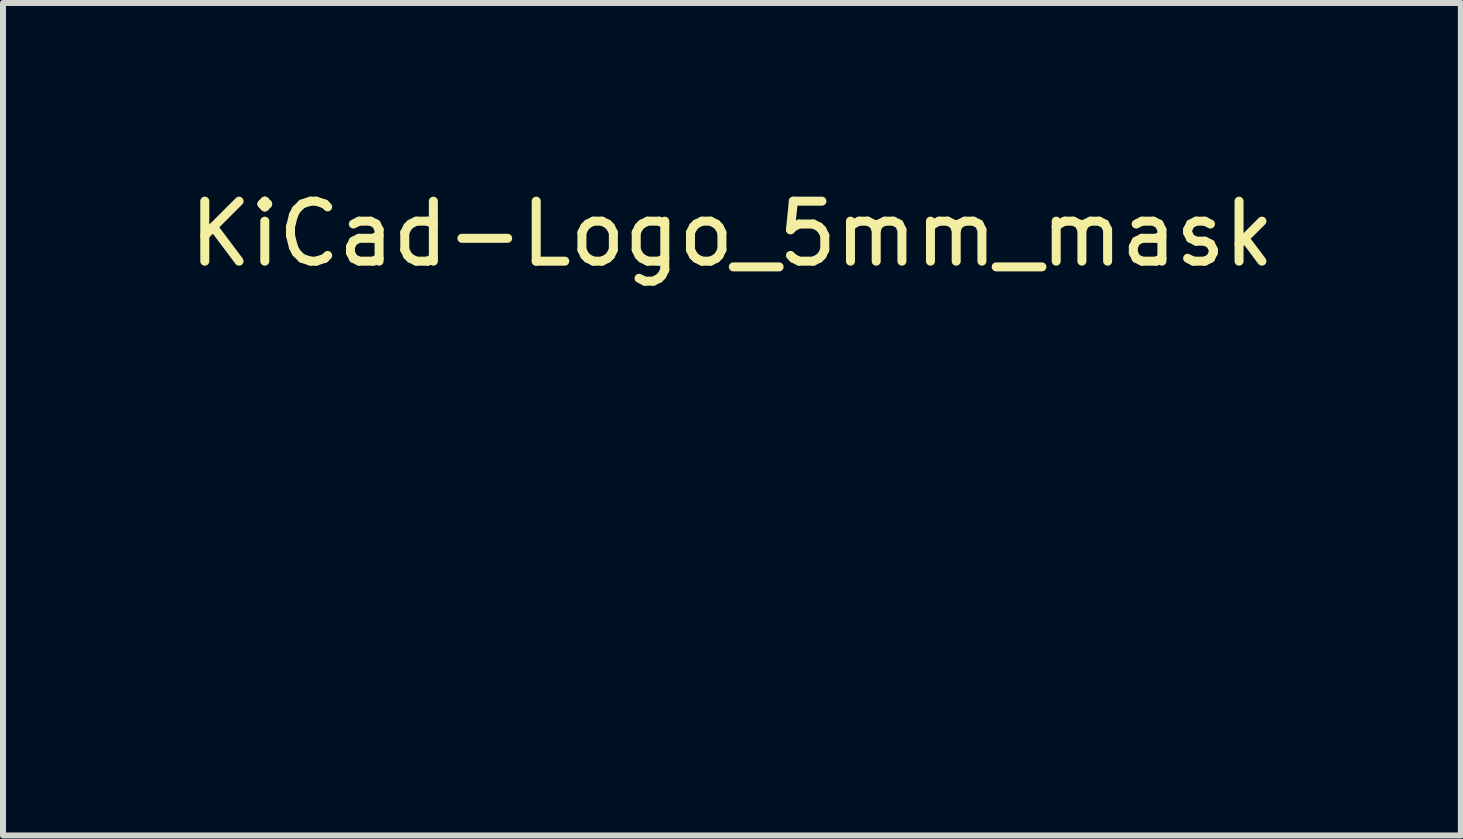
<source format=kicad_pcb>
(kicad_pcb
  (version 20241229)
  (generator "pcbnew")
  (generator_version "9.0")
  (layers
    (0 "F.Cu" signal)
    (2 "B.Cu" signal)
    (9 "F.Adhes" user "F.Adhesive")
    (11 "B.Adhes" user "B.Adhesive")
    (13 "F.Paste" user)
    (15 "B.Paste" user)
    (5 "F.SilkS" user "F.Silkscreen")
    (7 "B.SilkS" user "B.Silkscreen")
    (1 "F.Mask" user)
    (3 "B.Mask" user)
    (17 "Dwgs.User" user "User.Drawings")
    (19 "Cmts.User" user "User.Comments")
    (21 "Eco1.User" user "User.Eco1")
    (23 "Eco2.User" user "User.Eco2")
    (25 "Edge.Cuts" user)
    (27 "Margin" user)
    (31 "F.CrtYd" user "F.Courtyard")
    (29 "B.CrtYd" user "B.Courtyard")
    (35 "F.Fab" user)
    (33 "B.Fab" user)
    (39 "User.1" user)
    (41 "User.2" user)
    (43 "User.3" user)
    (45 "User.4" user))
  (footprint "KiCad-Logo_5mm_mask"
    (layer "F.Cu")
    (at 9.149 5.928)
    (property "Reference" "KiCad-Logo_5mm_mask" (at 0 -5.08 0) (layer "F.SilkS") (effects (font (size 1 1) (thickness 0.15))))
    (attr exclude_from_pos_files exclude_from_bom)
    (fp_poly (pts (xy -2.273 -2.973) (xy -2.177 -2.949) (xy -2.09 -2.906) (xy -2.015 -2.847) (xy -1.954 -2.772) (xy -1.909 -2.683) (xy -1.883 -2.586) (xy -1.877 -2.489) (xy -1.892 -2.395) (xy -1.926 -2.307) (xy -1.977 -2.228) (xy -2.042 -2.16) (xy -2.121 -2.106) (xy -2.212 -2.068) (xy -2.263 -2.056) (xy -2.308 -2.048) (xy -2.342 -2.045) (xy -2.375 -2.047) (xy -2.415 -2.054) (xy -2.449 -2.061) (xy -2.542 -2.092) (xy -2.626 -2.143) (xy -2.698 -2.213) (xy -2.756 -2.298) (xy -2.77 -2.326) (xy -2.787 -2.362) (xy -2.797 -2.392) (xy -2.802 -2.425) (xy -2.805 -2.466) (xy -2.805 -2.512) (xy -2.801 -2.596) (xy -2.787 -2.665) (xy -2.762 -2.726) (xy -2.723 -2.784) (xy -2.684 -2.829) (xy -2.612 -2.895) (xy -2.537 -2.94) (xy -2.455 -2.967) (xy -2.377 -2.977) (xy -2.273 -2.973)) (stroke (width 0.01) (type solid)) (fill yes) (layer "F.Mask"))
    (fp_poly (pts (xy 0.328 -2.051) (xy 0.489 -2.03) (xy 0.653 -1.99) (xy 0.822 -1.93) (xy 1 -1.851) (xy 1.011 -1.845) (xy 1.069 -1.817) (xy 1.121 -1.793) (xy 1.162 -1.775) (xy 1.19 -1.764) (xy 1.2 -1.761) (xy 1.219 -1.756) (xy 1.224 -1.752) (xy 1.218 -1.741) (xy 1.202 -1.715) (xy 1.177 -1.676) (xy 1.145 -1.626) (xy 1.107 -1.569) (xy 1.066 -1.507) (xy 1.023 -1.442) (xy 0.98 -1.379) (xy 0.939 -1.319) (xy 0.902 -1.265) (xy 0.871 -1.22) (xy 0.847 -1.186) (xy 0.832 -1.167) (xy 0.83 -1.165) (xy 0.82 -1.17) (xy 0.798 -1.187) (xy 0.767 -1.214) (xy 0.752 -1.228) (xy 0.655 -1.303) (xy 0.548 -1.359) (xy 0.433 -1.394) (xy 0.31 -1.408) (xy 0.241 -1.407) (xy 0.119 -1.39) (xy 0.01 -1.354) (xy -0.087 -1.299) (xy -0.174 -1.225) (xy -0.249 -1.131) (xy -0.314 -1.018) (xy -0.351 -0.931) (xy -0.395 -0.796) (xy -0.428 -0.648) (xy -0.448 -0.493) (xy -0.458 -0.333) (xy -0.456 -0.173) (xy -0.443 -0.016) (xy -0.419 0.133) (xy -0.384 0.271) (xy -0.338 0.395) (xy -0.322 0.429) (xy -0.253 0.543) (xy -0.173 0.64) (xy -0.081 0.718) (xy 0.02 0.777) (xy 0.13 0.816) (xy 0.247 0.834) (xy 0.289 0.835) (xy 0.41 0.824) (xy 0.531 0.791) (xy 0.649 0.737) (xy 0.762 0.663) (xy 0.854 0.585) (xy 0.9 0.54) (xy 1.081 0.837) (xy 1.127 0.911) (xy 1.168 0.98) (xy 1.204 1.039) (xy 1.233 1.088) (xy 1.254 1.124) (xy 1.265 1.144) (xy 1.266 1.147) (xy 1.258 1.157) (xy 1.233 1.174) (xy 1.193 1.197) (xy 1.142 1.225) (xy 1.084 1.255) (xy 1.021 1.287) (xy 0.958 1.318) (xy 0.896 1.346) (xy 0.839 1.371) (xy 0.791 1.391) (xy 0.768 1.399) (xy 0.634 1.437) (xy 0.496 1.462) (xy 0.349 1.475) (xy 0.222 1.477) (xy 0.154 1.476) (xy 0.088 1.474) (xy 0.031 1.471) (xy -0.013 1.468) (xy -0.027 1.466) (xy -0.166 1.438) (xy -0.307 1.392) (xy -0.445 1.334) (xy -0.572 1.264) (xy -0.649 1.211) (xy -0.777 1.103) (xy -0.895 0.977) (xy -1.002 0.835) (xy -1.095 0.681) (xy -1.173 0.518) (xy -1.217 0.401) (xy -1.267 0.217) (xy -1.301 0.023) (xy -1.318 -0.179) (xy -1.318 -0.382) (xy -1.301 -0.584) (xy -1.268 -0.781) (xy -1.217 -0.967) (xy -1.214 -0.978) (xy -1.151 -1.14) (xy -1.074 -1.288) (xy -0.981 -1.426) (xy -0.868 -1.558) (xy -0.825 -1.604) (xy -0.688 -1.728) (xy -0.549 -1.83) (xy -0.403 -1.912) (xy -0.249 -1.975) (xy -0.084 -2.02) (xy 0.011 -2.038) (xy 0.17 -2.054) (xy 0.328 -2.051)) (stroke (width 0.01) (type solid)) (fill yes) (layer "F.Mask"))
    (fp_poly (pts (xy 6.187 -0.528) (xy 6.187 -0.293) (xy 6.187 -0.08) (xy 6.187 0.112) (xy 6.187 0.285) (xy 6.187 0.441) (xy 6.188 0.579) (xy 6.188 0.701) (xy 6.189 0.808) (xy 6.19 0.901) (xy 6.192 0.982) (xy 6.194 1.051) (xy 6.196 1.11) (xy 6.198 1.159) (xy 6.202 1.2) (xy 6.205 1.234) (xy 6.21 1.262) (xy 6.214 1.285) (xy 6.22 1.304) (xy 6.226 1.321) (xy 6.233 1.335) (xy 6.24 1.349) (xy 6.249 1.364) (xy 6.254 1.373) (xy 6.288 1.434) (xy 5.43 1.434) (xy 5.43 1.338) (xy 5.429 1.294) (xy 5.427 1.261) (xy 5.424 1.243) (xy 5.423 1.242) (xy 5.412 1.249) (xy 5.389 1.267) (xy 5.366 1.286) (xy 5.312 1.327) (xy 5.242 1.368) (xy 5.165 1.405) (xy 5.088 1.435) (xy 5.057 1.445) (xy 4.989 1.46) (xy 4.906 1.47) (xy 4.816 1.475) (xy 4.728 1.474) (xy 4.649 1.469) (xy 4.612 1.463) (xy 4.473 1.425) (xy 4.346 1.367) (xy 4.23 1.29) (xy 4.127 1.195) (xy 4.036 1.081) (xy 3.969 0.97) (xy 3.914 0.854) (xy 3.872 0.734) (xy 3.842 0.608) (xy 3.823 0.472) (xy 3.815 0.32) (xy 3.814 0.243) (xy 3.816 0.186) (xy 4.645 0.186) (xy 4.645 0.279) (xy 4.648 0.367) (xy 4.654 0.444) (xy 4.662 0.505) (xy 4.665 0.517) (xy 4.697 0.625) (xy 4.738 0.712) (xy 4.79 0.779) (xy 4.853 0.826) (xy 4.926 0.853) (xy 5.011 0.862) (xy 5.107 0.851) (xy 5.17 0.835) (xy 5.219 0.817) (xy 5.274 0.791) (xy 5.314 0.767) (xy 5.385 0.721) (xy 5.385 -0.429) (xy 5.317 -0.473) (xy 5.239 -0.514) (xy 5.155 -0.541) (xy 5.07 -0.553) (xy 4.988 -0.549) (xy 4.915 -0.53) (xy 4.883 -0.515) (xy 4.826 -0.472) (xy 4.777 -0.415) (xy 4.735 -0.342) (xy 4.701 -0.252) (xy 4.672 -0.141) (xy 4.671 -0.135) (xy 4.66 -0.073) (xy 4.653 0.005) (xy 4.648 0.093) (xy 4.645 0.186) (xy 3.816 0.186) (xy 3.822 0.03) (xy 3.844 -0.166) (xy 3.88 -0.345) (xy 3.93 -0.506) (xy 3.994 -0.65) (xy 4.071 -0.777) (xy 4.163 -0.886) (xy 4.268 -0.977) (xy 4.314 -1.008) (xy 4.415 -1.064) (xy 4.518 -1.104) (xy 4.628 -1.128) (xy 4.749 -1.138) (xy 4.842 -1.137) (xy 4.971 -1.126) (xy 5.084 -1.104) (xy 5.183 -1.07) (xy 5.271 -1.024) (xy 5.32 -0.99) (xy 5.349 -0.968) (xy 5.371 -0.953) (xy 5.379 -0.948) (xy 5.381 -0.959) (xy 5.382 -0.99) (xy 5.383 -1.037) (xy 5.384 -1.1) (xy 5.384 -1.173) (xy 5.384 -1.256) (xy 5.384 -1.344) (xy 5.384 -1.436) (xy 5.383 -1.528) (xy 5.382 -1.618) (xy 5.381 -1.704) (xy 5.38 -1.781) (xy 5.379 -1.848) (xy 5.377 -1.902) (xy 5.375 -1.94) (xy 5.375 -1.947) (xy 5.367 -2.018) (xy 5.356 -2.073) (xy 5.338 -2.12) (xy 5.312 -2.166) (xy 5.305 -2.176) (xy 5.281 -2.213) (xy 6.186 -2.213) (xy 6.187 -0.528)) (stroke (width 0.01) (type solid)) (fill yes) (layer "F.Mask"))
    (fp_poly (pts (xy 2.674 -1.133) (xy 2.825 -1.113) (xy 2.961 -1.08) (xy 3.08 -1.032) (xy 3.185 -0.971) (xy 3.262 -0.907) (xy 3.331 -0.833) (xy 3.385 -0.753) (xy 3.428 -0.661) (xy 3.443 -0.618) (xy 3.456 -0.579) (xy 3.467 -0.543) (xy 3.477 -0.508) (xy 3.485 -0.472) (xy 3.492 -0.433) (xy 3.498 -0.39) (xy 3.503 -0.34) (xy 3.507 -0.283) (xy 3.51 -0.215) (xy 3.513 -0.136) (xy 3.515 -0.043) (xy 3.517 0.066) (xy 3.518 0.192) (xy 3.52 0.337) (xy 3.521 0.48) (xy 3.522 0.636) (xy 3.524 0.771) (xy 3.525 0.887) (xy 3.526 0.986) (xy 3.528 1.068) (xy 3.53 1.136) (xy 3.532 1.192) (xy 3.535 1.236) (xy 3.539 1.271) (xy 3.544 1.299) (xy 3.55 1.321) (xy 3.557 1.338) (xy 3.565 1.352) (xy 3.574 1.366) (xy 3.585 1.38) (xy 3.59 1.385) (xy 3.605 1.408) (xy 3.612 1.423) (xy 3.612 1.424) (xy 3.602 1.426) (xy 3.571 1.428) (xy 3.522 1.43) (xy 3.458 1.431) (xy 3.382 1.433) (xy 3.295 1.433) (xy 3.2 1.434) (xy 3.19 1.434) (xy 2.767 1.434) (xy 2.763 1.338) (xy 2.76 1.242) (xy 2.698 1.293) (xy 2.601 1.36) (xy 2.491 1.415) (xy 2.404 1.445) (xy 2.335 1.46) (xy 2.252 1.47) (xy 2.162 1.475) (xy 2.074 1.474) (xy 1.995 1.468) (xy 1.959 1.463) (xy 1.819 1.425) (xy 1.692 1.37) (xy 1.58 1.299) (xy 1.484 1.213) (xy 1.404 1.112) (xy 1.341 0.997) (xy 1.296 0.871) (xy 1.284 0.814) (xy 1.276 0.752) (xy 1.273 0.677) (xy 1.272 0.643) (xy 1.272 0.64) (xy 2.032 0.64) (xy 2.042 0.715) (xy 2.07 0.779) (xy 2.118 0.835) (xy 2.123 0.839) (xy 2.172 0.874) (xy 2.223 0.897) (xy 2.284 0.909) (xy 2.359 0.911) (xy 2.377 0.911) (xy 2.431 0.908) (xy 2.471 0.903) (xy 2.506 0.893) (xy 2.545 0.876) (xy 2.556 0.871) (xy 2.616 0.835) (xy 2.663 0.792) (xy 2.676 0.777) (xy 2.721 0.72) (xy 2.721 0.525) (xy 2.72 0.446) (xy 2.718 0.388) (xy 2.715 0.349) (xy 2.711 0.327) (xy 2.707 0.32) (xy 2.691 0.317) (xy 2.657 0.314) (xy 2.61 0.313) (xy 2.555 0.312) (xy 2.546 0.312) (xy 2.425 0.317) (xy 2.323 0.333) (xy 2.236 0.361) (xy 2.164 0.401) (xy 2.109 0.448) (xy 2.064 0.506) (xy 2.039 0.569) (xy 2.032 0.64) (xy 1.272 0.64) (xy 1.274 0.55) (xy 1.283 0.471) (xy 1.299 0.4) (xy 1.324 0.329) (xy 1.348 0.276) (xy 1.407 0.181) (xy 1.485 0.093) (xy 1.58 0.014) (xy 1.69 -0.055) (xy 1.813 -0.111) (xy 1.945 -0.154) (xy 2.009 -0.169) (xy 2.146 -0.191) (xy 2.294 -0.206) (xy 2.446 -0.212) (xy 2.572 -0.211) (xy 2.734 -0.204) (xy 2.727 -0.263) (xy 2.707 -0.362) (xy 2.676 -0.443) (xy 2.632 -0.506) (xy 2.575 -0.551) (xy 2.503 -0.58) (xy 2.416 -0.594) (xy 2.313 -0.591) (xy 2.275 -0.587) (xy 2.134 -0.562) (xy 1.997 -0.521) (xy 1.902 -0.483) (xy 1.857 -0.464) (xy 1.819 -0.448) (xy 1.792 -0.439) (xy 1.785 -0.437) (xy 1.775 -0.446) (xy 1.758 -0.475) (xy 1.734 -0.524) (xy 1.703 -0.594) (xy 1.665 -0.684) (xy 1.658 -0.7) (xy 1.628 -0.772) (xy 1.601 -0.838) (xy 1.578 -0.893) (xy 1.561 -0.936) (xy 1.55 -0.963) (xy 1.547 -0.972) (xy 1.557 -0.977) (xy 1.583 -0.982) (xy 1.611 -0.986) (xy 1.642 -0.991) (xy 1.689 -1) (xy 1.751 -1.013) (xy 1.821 -1.029) (xy 1.896 -1.047) (xy 1.925 -1.054) (xy 2.03 -1.08) (xy 2.117 -1.1) (xy 2.192 -1.115) (xy 2.258 -1.126) (xy 2.319 -1.133) (xy 2.381 -1.138) (xy 2.446 -1.14) (xy 2.504 -1.14) (xy 2.674 -1.133)) (stroke (width 0.01) (type solid)) (fill yes) (layer "F.Mask"))
    (fp_poly (pts (xy -2.946 -2.511) (xy -2.936 -2.397) (xy -2.904 -2.289) (xy -2.853 -2.19) (xy -2.784 -2.102) (xy -2.699 -2.027) (xy -2.602 -1.97) (xy -2.496 -1.93) (xy -2.389 -1.911) (xy -2.283 -1.913) (xy -2.181 -1.932) (xy -2.085 -1.969) (xy -1.996 -2.021) (xy -1.917 -2.087) (xy -1.849 -2.167) (xy -1.796 -2.258) (xy -1.759 -2.359) (xy -1.74 -2.47) (xy -1.738 -2.52) (xy -1.738 -2.608) (xy -1.687 -2.608) (xy -1.65 -2.605) (xy -1.623 -2.593) (xy -1.596 -2.569) (xy -1.558 -2.531) (xy -1.558 -0.339) (xy -1.558 -0.077) (xy -1.558 0.163) (xy -1.558 0.383) (xy -1.558 0.583) (xy -1.558 0.764) (xy -1.558 0.928) (xy -1.559 1.074) (xy -1.559 1.205) (xy -1.559 1.32) (xy -1.56 1.421) (xy -1.561 1.509) (xy -1.561 1.585) (xy -1.562 1.65) (xy -1.563 1.704) (xy -1.564 1.749) (xy -1.565 1.786) (xy -1.567 1.815) (xy -1.568 1.837) (xy -1.57 1.854) (xy -1.572 1.866) (xy -1.574 1.874) (xy -1.576 1.88) (xy -1.577 1.882) (xy -1.581 1.889) (xy -1.585 1.895) (xy -1.589 1.901) (xy -1.594 1.906) (xy -1.601 1.911) (xy -1.611 1.916) (xy -1.625 1.92) (xy -1.645 1.923) (xy -1.669 1.926) (xy -1.701 1.929) (xy -1.741 1.931) (xy -1.789 1.934) (xy -1.846 1.935) (xy -1.914 1.937) (xy -1.994 1.938) (xy -2.085 1.939) (xy -2.19 1.94) (xy -2.309 1.94) (xy -2.443 1.941) (xy -2.593 1.941) (xy -2.76 1.941) (xy -2.945 1.942) (xy -3.149 1.942) (xy -3.372 1.942) (xy -3.616 1.941) (xy -3.881 1.941) (xy -3.92 1.941) (xy -4.187 1.941) (xy -4.432 1.941) (xy -4.657 1.941) (xy -4.861 1.941) (xy -5.047 1.941) (xy -5.215 1.941) (xy -5.366 1.94) (xy -5.501 1.94) (xy -5.62 1.939) (xy -5.725 1.939) (xy -5.817 1.938) (xy -5.896 1.938) (xy -5.964 1.937) (xy -6.021 1.936) (xy -6.069 1.935) (xy -6.107 1.933) (xy -6.138 1.932) (xy -6.162 1.931) (xy -6.18 1.929) (xy -6.192 1.927) (xy -6.201 1.925) (xy -6.205 1.923) (xy -6.214 1.92) (xy -6.221 1.917) (xy -6.229 1.915) (xy -6.235 1.911) (xy -6.241 1.906) (xy -6.246 1.897) (xy -6.251 1.885) (xy -6.255 1.869) (xy -6.259 1.846) (xy -6.262 1.818) (xy -6.265 1.781) (xy -6.268 1.737) (xy -6.27 1.683) (xy -6.271 1.618) (xy -6.273 1.543) (xy -6.274 1.455) (xy -6.275 1.354) (xy -6.276 1.239) (xy -6.276 1.11) (xy -6.276 0.964) (xy -6.277 0.802) (xy -6.277 0.621) (xy -6.277 0.422) (xy -6.277 0.204) (xy -6.277 -0.035) (xy -6.277 -0.296) (xy -6.277 -0.338) (xy -6.277 -0.601) (xy -6.277 -0.842) (xy -6.277 -1.063) (xy -6.277 -1.264) (xy -6.277 -1.446) (xy -6.276 -1.61) (xy -6.276 -1.757) (xy -6.276 -1.888) (xy -6.275 -1.998) (xy -5.972 -1.998) (xy -5.932 -1.94) (xy -5.921 -1.925) (xy -5.911 -1.911) (xy -5.902 -1.897) (xy -5.894 -1.883) (xy -5.887 -1.868) (xy -5.881 -1.849) (xy -5.875 -1.826) (xy -5.871 -1.798) (xy -5.867 -1.764) (xy -5.863 -1.722) (xy -5.861 -1.67) (xy -5.858 -1.609) (xy -5.857 -1.537) (xy -5.855 -1.452) (xy -5.855 -1.354) (xy -5.854 -1.24) (xy -5.853 -1.111) (xy -5.853 -0.965) (xy -5.853 -0.8) (xy -5.853 -0.616) (xy -5.853 -0.41) (xy -5.853 -0.288) (xy -5.853 -0.071) (xy -5.853 0.125) (xy -5.853 0.3) (xy -5.853 0.456) (xy -5.854 0.595) (xy -5.854 0.717) (xy -5.855 0.823) (xy -5.856 0.915) (xy -5.857 0.994) (xy -5.859 1.062) (xy -5.862 1.118) (xy -5.865 1.165) (xy -5.868 1.204) (xy -5.872 1.235) (xy -5.877 1.261) (xy -5.883 1.282) (xy -5.89 1.299) (xy -5.897 1.314) (xy -5.906 1.327) (xy -5.915 1.341) (xy -5.925 1.356) (xy -5.932 1.365) (xy -5.97 1.422) (xy -5.439 1.422) (xy -5.315 1.422) (xy -5.213 1.422) (xy -5.129 1.422) (xy -5.063 1.421) (xy -5.012 1.42) (xy -4.974 1.419) (xy -4.948 1.417) (xy -4.932 1.415) (xy -4.923 1.412) (xy -4.921 1.408) (xy -4.923 1.404) (xy -4.925 1.403) (xy -4.95 1.366) (xy -4.976 1.313) (xy -4.999 1.251) (xy -5.007 1.224) (xy -5.012 1.206) (xy -5.016 1.185) (xy -5.019 1.159) (xy -5.022 1.126) (xy -5.024 1.083) (xy -5.026 1.028) (xy -5.028 0.96) (xy -5.029 0.877) (xy -5.03 0.775) (xy -5.031 0.654) (xy -5.032 0.61) (xy -5.033 0.484) (xy -5.033 0.38) (xy -5.034 0.295) (xy -5.034 0.227) (xy -5.034 0.174) (xy -5.033 0.135) (xy -5.031 0.107) (xy -5.029 0.09) (xy -5.027 0.081) (xy -5.023 0.078) (xy -5.019 0.08) (xy -5.015 0.085) (xy -5.004 0.098) (xy -4.982 0.127) (xy -4.95 0.17) (xy -4.909 0.225) (xy -4.861 0.289) (xy -4.808 0.362) (xy -4.751 0.44) (xy -4.691 0.521) (xy -4.631 0.603) (xy -4.572 0.685) (xy -4.514 0.763) (xy -4.461 0.836) (xy -4.413 0.902) (xy -4.373 0.959) (xy -4.341 1.004) (xy -4.318 1.035) (xy -4.314 1.041) (xy -4.291 1.078) (xy -4.264 1.126) (xy -4.239 1.176) (xy -4.236 1.183) (xy -4.214 1.231) (xy -4.201 1.268) (xy -4.196 1.304) (xy -4.194 1.346) (xy -4.195 1.422) (xy -3.041 1.422) (xy -3.132 1.329) (xy -3.179 1.279) (xy -3.229 1.222) (xy -3.275 1.168) (xy -3.295 1.143) (xy -3.326 1.103) (xy -3.366 1.05) (xy -3.414 0.985) (xy -3.47 0.909) (xy -3.532 0.825) (xy -3.599 0.733) (xy -3.669 0.636) (xy -3.743 0.535) (xy -3.817 0.432) (xy -3.892 0.328) (xy -3.966 0.225) (xy -4.038 0.125) (xy -4.106 0.029) (xy -4.17 -0.061) (xy -4.229 -0.144) (xy -4.28 -0.218) (xy -4.324 -0.28) (xy -4.359 -0.33) (xy -4.383 -0.367) (xy -4.396 -0.387) (xy -4.398 -0.391) (xy -4.39 -0.403) (xy -4.369 -0.43) (xy -4.337 -0.471) (xy -4.294 -0.525) (xy -4.243 -0.589) (xy -4.185 -0.663) (xy -4.12 -0.744) (xy -4.051 -0.831) (xy -3.979 -0.921) (xy -3.904 -1.014) (xy -3.845 -1.088) (xy -2.834 -1.088) (xy -2.828 -1.075) (xy -2.813 -1.053) (xy -2.812 -1.052) (xy -2.793 -1.021) (xy -2.774 -0.985) (xy -2.77 -0.976) (xy -2.766 -0.968) (xy -2.763 -0.958) (xy -2.76 -0.945) (xy -2.758 -0.927) (xy -2.756 -0.904) (xy -2.754 -0.873) (xy -2.753 -0.833) (xy -2.751 -0.784) (xy -2.75 -0.723) (xy -2.749 -0.649) (xy -2.749 -0.561) (xy -2.748 -0.457) (xy -2.747 -0.337) (xy -2.747 -0.198) (xy -2.746 -0.039) (xy -2.746 0.14) (xy -2.745 0.325) (xy -2.745 0.489) (xy -2.745 0.633) (xy -2.744 0.759) (xy -2.745 0.868) (xy -2.745 0.961) (xy -2.747 1.04) (xy -2.748 1.106) (xy -2.75 1.161) (xy -2.753 1.206) (xy -2.757 1.242) (xy -2.761 1.271) (xy -2.766 1.295) (xy -2.772 1.313) (xy -2.779 1.329) (xy -2.787 1.344) (xy -2.797 1.358) (xy -2.805 1.37) (xy -2.822 1.396) (xy -2.832 1.414) (xy -2.834 1.417) (xy -2.823 1.418) (xy -2.791 1.419) (xy -2.742 1.42) (xy -2.677 1.421) (xy -2.599 1.422) (xy -2.51 1.422) (xy -2.411 1.422) (xy -2.342 1.422) (xy -2.237 1.422) (xy -2.141 1.422) (xy -2.054 1.421) (xy -1.98 1.419) (xy -1.921 1.418) (xy -1.879 1.416) (xy -1.855 1.414) (xy -1.851 1.412) (xy -1.859 1.398) (xy -1.867 1.39) (xy -1.88 1.372) (xy -1.897 1.342) (xy -1.909 1.318) (xy -1.936 1.259) (xy -1.939 0.082) (xy -1.942 -1.095) (xy -2.388 -1.095) (xy -2.486 -1.095) (xy -2.576 -1.094) (xy -2.657 -1.094) (xy -2.725 -1.093) (xy -2.779 -1.092) (xy -2.815 -1.09) (xy -2.833 -1.089) (xy -2.834 -1.088) (xy -3.845 -1.088) (xy -3.829 -1.107) (xy -3.755 -1.199) (xy -3.683 -1.289) (xy -3.615 -1.374) (xy -3.551 -1.452) (xy -3.494 -1.523) (xy -3.444 -1.584) (xy -3.403 -1.633) (xy -3.386 -1.654) (xy -3.3 -1.754) (xy -3.223 -1.838) (xy -3.154 -1.906) (xy -3.091 -1.96) (xy -3.082 -1.967) (xy -3.042 -1.998) (xy -4.174 -1.998) (xy -4.169 -1.95) (xy -4.172 -1.893) (xy -4.194 -1.825) (xy -4.234 -1.745) (xy -4.279 -1.673) (xy -4.295 -1.65) (xy -4.323 -1.612) (xy -4.361 -1.562) (xy -4.408 -1.501) (xy -4.462 -1.432) (xy -4.52 -1.356) (xy -4.582 -1.276) (xy -4.646 -1.194) (xy -4.71 -1.112) (xy -4.773 -1.032) (xy -4.832 -0.957) (xy -4.887 -0.888) (xy -4.935 -0.828) (xy -4.974 -0.778) (xy -5.004 -0.742) (xy -5.022 -0.72) (xy -5.025 -0.717) (xy -5.028 -0.725) (xy -5.03 -0.755) (xy -5.032 -0.807) (xy -5.033 -0.881) (xy -5.033 -0.977) (xy -5.033 -1.094) (xy -5.032 -1.214) (xy -5.03 -1.346) (xy -5.029 -1.457) (xy -5.027 -1.551) (xy -5.024 -1.629) (xy -5.021 -1.692) (xy -5.016 -1.745) (xy -5.009 -1.788) (xy -5.002 -1.823) (xy -4.992 -1.854) (xy -4.98 -1.882) (xy -4.965 -1.91) (xy -4.95 -1.935) (xy -4.912 -1.998) (xy -5.972 -1.998) (xy -6.275 -1.998) (xy -6.275 -2.004) (xy -6.274 -2.106) (xy -6.273 -2.195) (xy -6.272 -2.272) (xy -6.27 -2.337) (xy -6.269 -2.393) (xy -6.266 -2.438) (xy -6.264 -2.475) (xy -6.261 -2.505) (xy -6.258 -2.528) (xy -6.254 -2.546) (xy -6.25 -2.559) (xy -6.245 -2.568) (xy -6.24 -2.574) (xy -6.234 -2.579) (xy -6.228 -2.582) (xy -6.222 -2.586) (xy -6.216 -2.589) (xy -6.21 -2.592) (xy -6.202 -2.594) (xy -6.19 -2.596) (xy -6.173 -2.598) (xy -6.149 -2.6) (xy -6.118 -2.601) (xy -6.079 -2.602) (xy -6.03 -2.603) (xy -5.971 -2.604) (xy -5.899 -2.605) (xy -5.815 -2.606) (xy -5.718 -2.606) (xy -5.605 -2.607) (xy -5.476 -2.607) (xy -5.33 -2.607) (xy -5.166 -2.608) (xy -4.982 -2.608) (xy -4.778 -2.608) (xy -4.567 -2.608) (xy -2.946 -2.608) (xy -2.946 -2.511)) (stroke (width 0.01) (type solid)) (fill yes) (layer "F.Mask")))
  (gr_rect
    (start -3 -3)
    (end 21.298 10.875)
    (stroke (width 0.1) (type default))
    (fill no)
    (layer "Edge.Cuts")))
</source>
